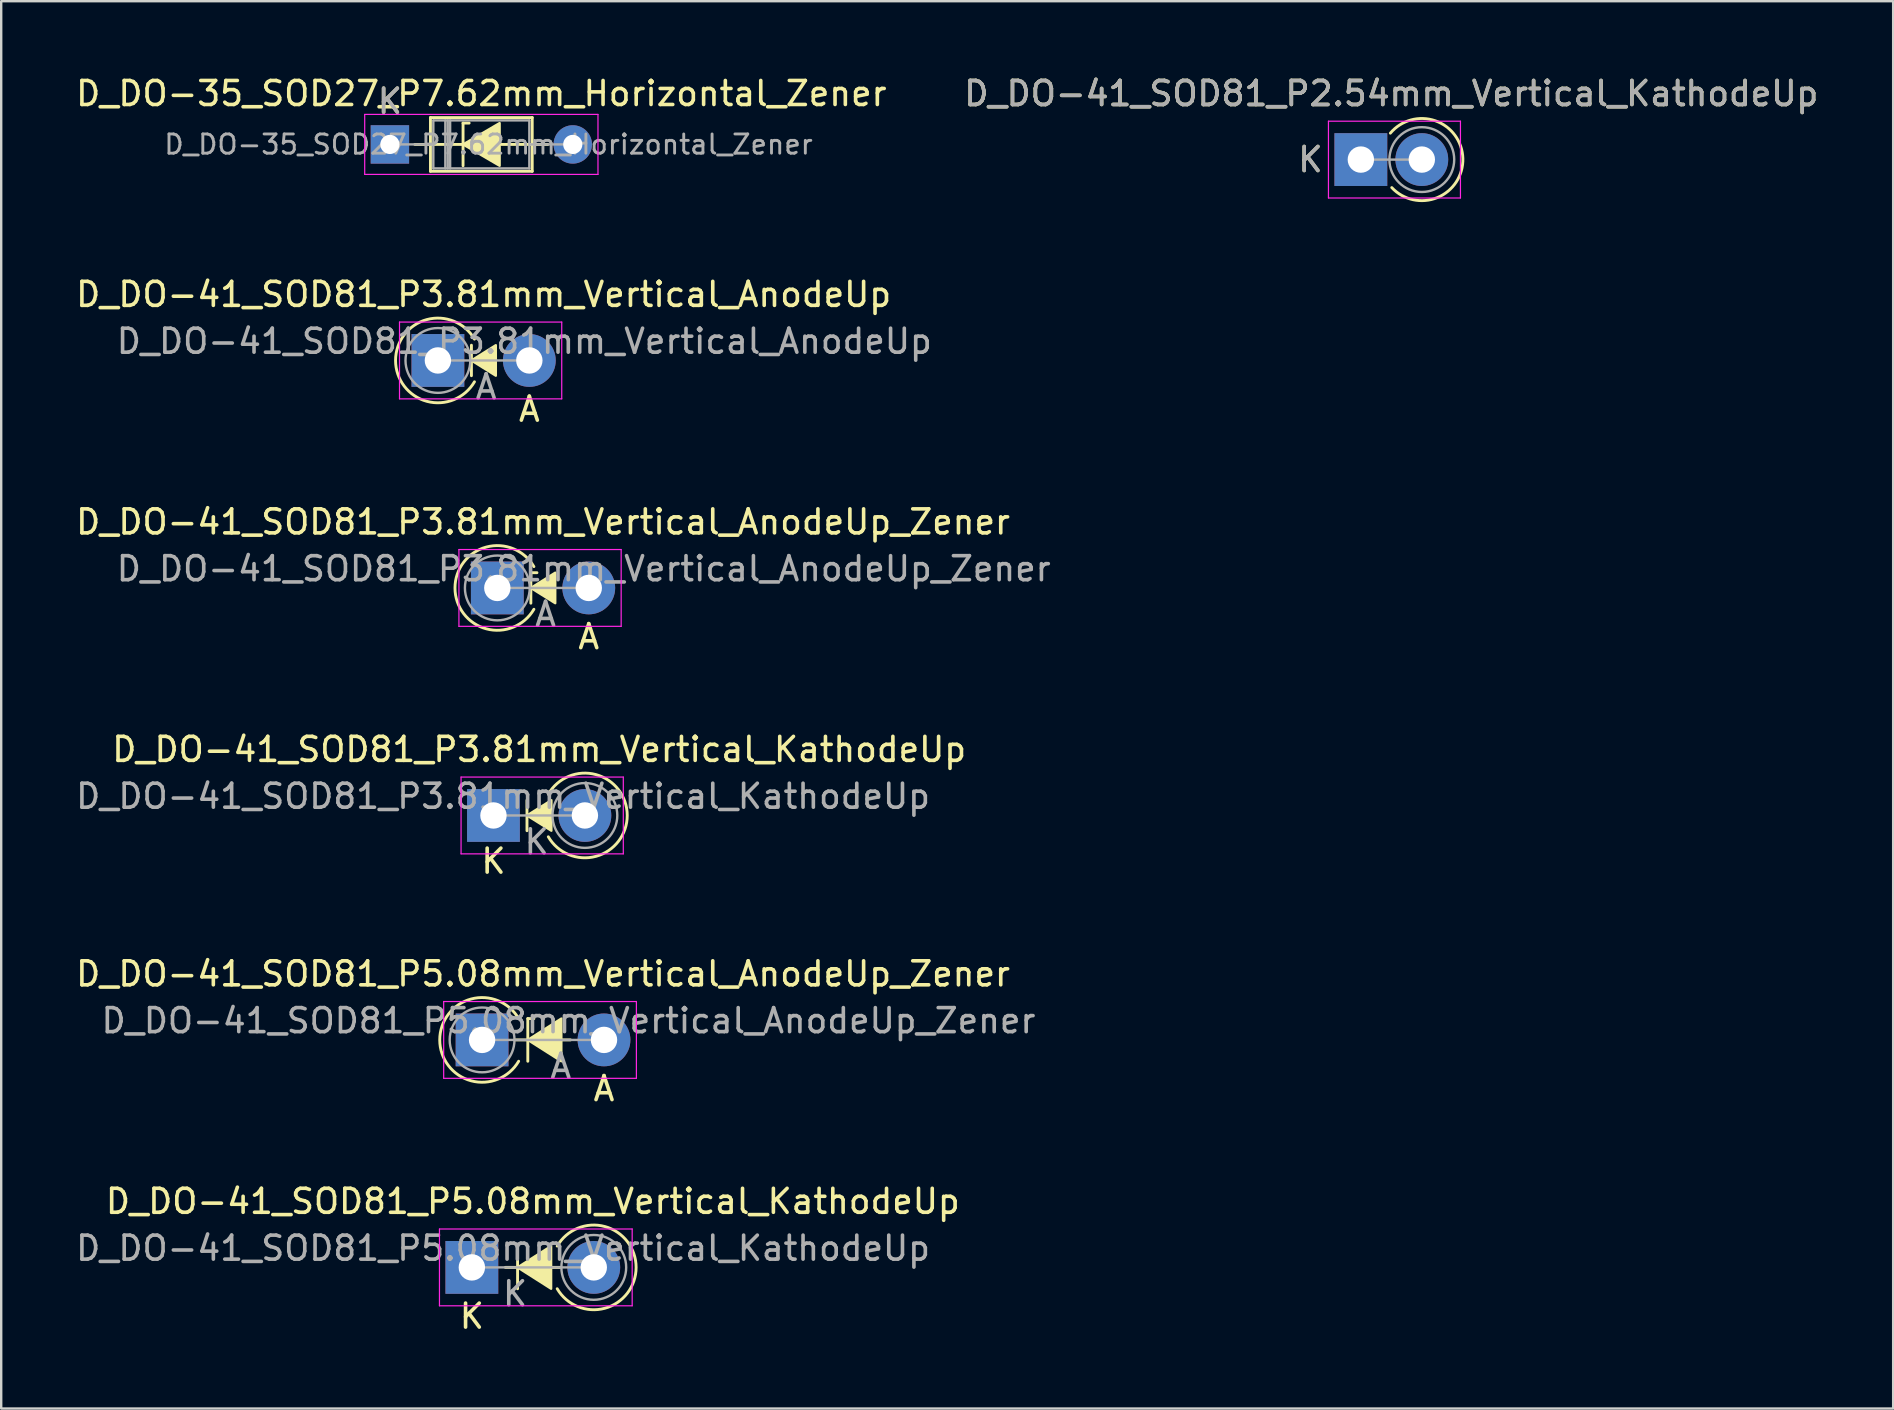
<source format=kicad_pcb>
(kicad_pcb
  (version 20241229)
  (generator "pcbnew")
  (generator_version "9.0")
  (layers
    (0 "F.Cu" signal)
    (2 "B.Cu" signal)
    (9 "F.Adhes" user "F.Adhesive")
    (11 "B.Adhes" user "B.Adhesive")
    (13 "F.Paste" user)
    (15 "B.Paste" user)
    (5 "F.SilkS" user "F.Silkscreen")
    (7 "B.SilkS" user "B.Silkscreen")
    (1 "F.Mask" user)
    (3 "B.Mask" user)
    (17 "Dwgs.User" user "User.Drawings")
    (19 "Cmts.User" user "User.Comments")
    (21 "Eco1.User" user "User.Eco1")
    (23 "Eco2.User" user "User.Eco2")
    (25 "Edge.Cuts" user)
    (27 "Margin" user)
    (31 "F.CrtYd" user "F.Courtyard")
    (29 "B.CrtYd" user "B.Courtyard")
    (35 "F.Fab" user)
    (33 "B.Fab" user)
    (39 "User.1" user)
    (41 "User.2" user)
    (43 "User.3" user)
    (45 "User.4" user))
  (footprint "D_DO-41_SOD81_P3.81mm_Vertical_AnodeUp"
    (layer "F.Cu")
    (at 15.196 11.969)
    (property "Reference" "D_DO-41_SOD81_P3.81mm_Vertical_AnodeUp" (at 1.905 -2.751 0) (layer "F.SilkS") (effects (font (size 1 1) (thickness 0.15))))
    (attr through_hole)
    (fp_line (start 1.397 -0.635) (end 1.397 0.635) (stroke (width 0.12) (type solid)) (layer "F.SilkS"))
    (fp_arc (start 1.523999 0.889) (mid -1.764339 0.000001) (end 1.523999 -0.888999) (stroke (width 0.12) (type solid)) (layer "F.SilkS"))
    (fp_poly (pts (xy 2.413 0.635) (xy 1.397 0) (xy 2.413 -0.635)) (stroke (width 0.1) (type solid)) (fill yes) (layer "F.SilkS"))
    (fp_line (start -1.6 -1.6) (end -1.6 1.6) (stroke (width 0.05) (type solid)) (layer "F.CrtYd"))
    (fp_line (start -1.6 1.6) (end 5.16 1.6) (stroke (width 0.05) (type solid)) (layer "F.CrtYd"))
    (fp_line (start 5.16 -1.6) (end -1.6 -1.6) (stroke (width 0.05) (type solid)) (layer "F.CrtYd"))
    (fp_line (start 5.16 1.6) (end 5.16 -1.6) (stroke (width 0.05) (type solid)) (layer "F.CrtYd"))
    (fp_line (start 0 0) (end 3.81 0) (stroke (width 0.1) (type solid)) (layer "F.Fab"))
    (fp_circle (center 0 0) (end 1.35 0) (stroke (width 0.1) (type solid)) (fill no) (layer "F.Fab"))
    (fp_text user "A" (at 3.81 2.032 0) (layer "F.SilkS") (effects (font (size 1 1) (thickness 0.15))))
    (fp_text user "${REFERENCE}" (at 3.6 -0.8 0) (layer "F.Fab") (effects (font (size 1 1) (thickness 0.15))))
    (fp_text user "A" (at 2.01 1.1 0) (layer "F.Fab") (effects (font (size 1 1) (thickness 0.15))))
    (pad "1" thru_hole rect (at 0 0) (size 2.2 2.2) (drill 1.1) (layers "*.Cu" "*.Mask"))
    (pad "2" thru_hole oval (at 3.81 0) (size 2.2 2.2) (drill 1.1) (layers "*.Cu" "*.Mask")))
  (footprint "D_DO-41_SOD81_P3.81mm_Vertical_AnodeUp_Zener"
    (layer "F.Cu")
    (at 17.672 21.448)
    (property "Reference" "D_DO-41_SOD81_P3.81mm_Vertical_AnodeUp_Zener" (at 1.905 -2.751 0) (layer "F.SilkS") (effects (font (size 1 1) (thickness 0.15))))
    (attr through_hole)
    (fp_line (start 1.397 -0.635) (end 1.397 0.635) (stroke (width 0.12) (type solid)) (layer "F.SilkS"))
    (fp_line (start 1.397 -0.635) (end 1.651 -0.635) (stroke (width 0.12) (type solid)) (layer "F.SilkS"))
    (fp_arc (start 1.523999 0.889) (mid -1.764339 0.000001) (end 1.523999 -0.888999) (stroke (width 0.12) (type solid)) (layer "F.SilkS"))
    (fp_poly (pts (xy 2.413 0.635) (xy 1.397 0) (xy 2.413 -0.635)) (stroke (width 0.1) (type solid)) (fill yes) (layer "F.SilkS"))
    (fp_line (start -1.6 -1.6) (end -1.6 1.6) (stroke (width 0.05) (type solid)) (layer "F.CrtYd"))
    (fp_line (start -1.6 1.6) (end 5.16 1.6) (stroke (width 0.05) (type solid)) (layer "F.CrtYd"))
    (fp_line (start 5.16 -1.6) (end -1.6 -1.6) (stroke (width 0.05) (type solid)) (layer "F.CrtYd"))
    (fp_line (start 5.16 1.6) (end 5.16 -1.6) (stroke (width 0.05) (type solid)) (layer "F.CrtYd"))
    (fp_line (start 0 0) (end 3.81 0) (stroke (width 0.1) (type solid)) (layer "F.Fab"))
    (fp_circle (center 0 0) (end 1.35 0) (stroke (width 0.1) (type solid)) (fill no) (layer "F.Fab"))
    (fp_text user "A" (at 3.81 2.032 0) (layer "F.SilkS") (effects (font (size 1 1) (thickness 0.15))))
    (fp_text user "${REFERENCE}" (at 3.6 -0.8 0) (layer "F.Fab") (effects (font (size 1 1) (thickness 0.15))))
    (fp_text user "A" (at 2.01 1.1 0) (layer "F.Fab") (effects (font (size 1 1) (thickness 0.15))))
    (pad "1" thru_hole rect (at 0 0) (size 2.2 2.2) (drill 1.1) (layers "*.Cu" "*.Mask"))
    (pad "2" thru_hole oval (at 3.81 0) (size 2.2 2.2) (drill 1.1) (layers "*.Cu" "*.Mask")))
  (footprint "D_DO-35_SOD27_P7.62mm_Horizontal_Zener"
    (layer "F.Cu")
    (at 13.196 2.968)
    (property "Reference" "D_DO-35_SOD27_P7.62mm_Horizontal_Zener" (at 3.81 -2.12 0) (layer "F.SilkS") (effects (font (size 1 1) (thickness 0.15))))
    (attr through_hole)
    (fp_line (start 1.04 0) (end 1.69 0) (stroke (width 0.12) (type solid)) (layer "F.SilkS"))
    (fp_line (start 1.651 0) (end 3.048 0) (stroke (width 0.12) (type solid)) (layer "F.SilkS"))
    (fp_line (start 1.69 -1.12) (end 1.69 1.12) (stroke (width 0.12) (type solid)) (layer "F.SilkS"))
    (fp_line (start 1.69 1.12) (end 5.93 1.12) (stroke (width 0.12) (type solid)) (layer "F.SilkS"))
    (fp_line (start 3.048 -0.889) (end 3.048 0.889) (stroke (width 0.12) (type solid)) (layer "F.SilkS"))
    (fp_line (start 3.048 -0.889) (end 3.302 -0.889) (stroke (width 0.12) (type solid)) (layer "F.SilkS"))
    (fp_line (start 5.93 -1.12) (end 1.69 -1.12) (stroke (width 0.12) (type solid)) (layer "F.SilkS"))
    (fp_line (start 5.93 0) (end 4.636 0) (stroke (width 0.12) (type solid)) (layer "F.SilkS"))
    (fp_line (start 5.93 1.12) (end 5.93 -1.12) (stroke (width 0.12) (type solid)) (layer "F.SilkS"))
    (fp_line (start 6.58 0) (end 5.93 0) (stroke (width 0.12) (type solid)) (layer "F.SilkS"))
    (fp_poly (pts (xy 4.572 0.889) (xy 3.048 0) (xy 4.572 -0.889)) (stroke (width 0.1) (type solid)) (fill yes) (layer "F.SilkS"))
    (fp_line (start -1.05 -1.25) (end -1.05 1.25) (stroke (width 0.05) (type solid)) (layer "F.CrtYd"))
    (fp_line (start -1.05 1.25) (end 8.67 1.25) (stroke (width 0.05) (type solid)) (layer "F.CrtYd"))
    (fp_line (start 8.67 -1.25) (end -1.05 -1.25) (stroke (width 0.05) (type solid)) (layer "F.CrtYd"))
    (fp_line (start 8.67 1.25) (end 8.67 -1.25) (stroke (width 0.05) (type solid)) (layer "F.CrtYd"))
    (fp_line (start 0 0) (end 1.81 0) (stroke (width 0.1) (type solid)) (layer "F.Fab"))
    (fp_line (start 1.81 -1) (end 1.81 1) (stroke (width 0.1) (type solid)) (layer "F.Fab"))
    (fp_line (start 1.81 1) (end 5.81 1) (stroke (width 0.1) (type solid)) (layer "F.Fab"))
    (fp_line (start 2.31 -1) (end 2.31 1) (stroke (width 0.1) (type solid)) (layer "F.Fab"))
    (fp_line (start 2.41 -1) (end 2.41 1) (stroke (width 0.1) (type solid)) (layer "F.Fab"))
    (fp_line (start 2.51 -1) (end 2.51 1) (stroke (width 0.1) (type solid)) (layer "F.Fab"))
    (fp_line (start 5.81 -1) (end 1.81 -1) (stroke (width 0.1) (type solid)) (layer "F.Fab"))
    (fp_line (start 5.81 1) (end 5.81 -1) (stroke (width 0.1) (type solid)) (layer "F.Fab"))
    (fp_line (start 7.62 0) (end 5.81 0) (stroke (width 0.1) (type solid)) (layer "F.Fab"))
    (fp_text user "K" (at 0 -1.8 0) (layer "F.SilkS") (effects (font (size 1 1) (thickness 0.15))))
    (fp_text user "K" (at 0 -1.8 0) (layer "F.Fab") (effects (font (size 1 1) (thickness 0.15))))
    (fp_text user "${REFERENCE}" (at 4.11 0 0) (layer "F.Fab") (effects (font (size 0.8 0.8) (thickness 0.12))))
    (pad "1" thru_hole rect (at 0 0) (size 1.6 1.6) (drill 0.8) (layers "*.Cu" "*.Mask"))
    (pad "2" thru_hole oval (at 7.62 0) (size 1.6 1.6) (drill 0.8) (layers "*.Cu" "*.Mask")))
  (footprint "D_DO-41_SOD81_P5.08mm_Vertical_KathodeUp"
    (layer "F.Cu")
    (at 16.611 49.759)
    (property "Reference" "D_DO-41_SOD81_P5.08mm_Vertical_KathodeUp" (at 2.54 -2.751 0) (layer "F.SilkS") (effects (font (size 1 1) (thickness 0.15))))
    (attr through_hole)
    (fp_line (start 1.905 -0.889) (end 1.905 0.889) (stroke (width 0.12) (type solid)) (layer "F.SilkS"))
    (fp_line (start 3.683 0) (end 1.397 0) (stroke (width 0.12) (type solid)) (layer "F.SilkS"))
    (fp_arc (start 3.556 -0.888999) (mid 6.844338 0) (end 3.556 0.889) (stroke (width 0.12) (type solid)) (layer "F.SilkS"))
    (fp_poly (pts (xy 3.302 0.889) (xy 1.905 0) (xy 3.302 -0.889)) (stroke (width 0.1) (type solid)) (fill yes) (layer "F.SilkS"))
    (fp_line (start -1.35 -1.6) (end -1.35 1.6) (stroke (width 0.05) (type solid)) (layer "F.CrtYd"))
    (fp_line (start -1.35 1.6) (end 6.68 1.6) (stroke (width 0.05) (type solid)) (layer "F.CrtYd"))
    (fp_line (start 6.68 -1.6) (end -1.35 -1.6) (stroke (width 0.05) (type solid)) (layer "F.CrtYd"))
    (fp_line (start 6.68 1.6) (end 6.68 -1.6) (stroke (width 0.05) (type solid)) (layer "F.CrtYd"))
    (fp_line (start 0 0) (end 5.08 0) (stroke (width 0.1) (type solid)) (layer "F.Fab"))
    (fp_circle (center 5.08 0) (end 6.43 0) (stroke (width 0.1) (type solid)) (fill no) (layer "F.Fab"))
    (fp_text user "K" (at 0 2.032 0) (layer "F.SilkS") (effects (font (size 1 1) (thickness 0.15))))
    (fp_text user "${REFERENCE}" (at 1.3 -0.8 0) (layer "F.Fab") (effects (font (size 1 1) (thickness 0.15))))
    (fp_text user "K" (at 1.8 1.1 0) (layer "F.Fab") (effects (font (size 1 1) (thickness 0.15))))
    (pad "1" thru_hole rect (at 0 0) (size 2.2 2.2) (drill 1.1) (layers "*.Cu" "*.Mask"))
    (pad "2" thru_hole oval (at 5.08 0) (size 2.2 2.2) (drill 1.1) (layers "*.Cu" "*.Mask")))
  (footprint "D_DO-41_SOD81_P5.08mm_Vertical_AnodeUp_Zener"
    (layer "F.Cu")
    (at 17.037 40.28)
    (property "Reference" "D_DO-41_SOD81_P5.08mm_Vertical_AnodeUp_Zener" (at 2.54 -2.751 0) (layer "F.SilkS") (effects (font (size 1 1) (thickness 0.15))))
    (attr through_hole)
    (fp_line (start 1.905 -0.889) (end 1.905 0.889) (stroke (width 0.12) (type solid)) (layer "F.SilkS"))
    (fp_line (start 1.905 -0.889) (end 2.159 -0.889) (stroke (width 0.12) (type solid)) (layer "F.SilkS"))
    (fp_line (start 3.683 0) (end 1.397 0) (stroke (width 0.12) (type solid)) (layer "F.SilkS"))
    (fp_arc (start 1.523999 0.889) (mid -1.764339 0.000001) (end 1.523999 -0.888999) (stroke (width 0.12) (type solid)) (layer "F.SilkS"))
    (fp_poly (pts (xy 3.302 0.889) (xy 1.905 0) (xy 3.302 -0.889)) (stroke (width 0.1) (type solid)) (fill yes) (layer "F.SilkS"))
    (fp_line (start -1.6 -1.6) (end -1.6 1.6) (stroke (width 0.05) (type solid)) (layer "F.CrtYd"))
    (fp_line (start -1.6 1.6) (end 6.43 1.6) (stroke (width 0.05) (type solid)) (layer "F.CrtYd"))
    (fp_line (start 6.43 -1.6) (end -1.6 -1.6) (stroke (width 0.05) (type solid)) (layer "F.CrtYd"))
    (fp_line (start 6.43 1.6) (end 6.43 -1.6) (stroke (width 0.05) (type solid)) (layer "F.CrtYd"))
    (fp_line (start 0 0) (end 5.08 0) (stroke (width 0.1) (type solid)) (layer "F.Fab"))
    (fp_circle (center 0 0) (end 1.35 0) (stroke (width 0.1) (type solid)) (fill no) (layer "F.Fab"))
    (fp_text user "A" (at 5.08 2.032 0) (layer "F.SilkS") (effects (font (size 1 1) (thickness 0.15))))
    (fp_text user "${REFERENCE}" (at 3.6 -0.8 0) (layer "F.Fab") (effects (font (size 1 1) (thickness 0.15))))
    (fp_text user "A" (at 3.28 1.1 0) (layer "F.Fab") (effects (font (size 1 1) (thickness 0.15))))
    (pad "1" thru_hole rect (at 0 0) (size 2.2 2.2) (drill 1.1) (layers "*.Cu" "*.Mask"))
    (pad "2" thru_hole oval (at 5.08 0) (size 2.2 2.2) (drill 1.1) (layers "*.Cu" "*.Mask")))
  (footprint "D_DO-41_SOD81_P2.54mm_Vertical_KathodeUp"
    (layer "F.Cu")
    (at 53.653 3.599)
    (property "Reference" "D_DO-41_SOD81_P2.54mm_Vertical_KathodeUp" (at 1.27 -2.751 0) (layer "F.SilkS") (effects (font (size 1 1) (thickness 0.15))))
    (attr through_hole)
    (fp_arc (start 1.228847 -1.1) (mid 4.250877 -0.044974) (end 1.288449 1.167366) (stroke (width 0.12) (type solid)) (layer "F.SilkS"))
    (fp_line (start -1.35 -1.6) (end -1.35 1.6) (stroke (width 0.05) (type solid)) (layer "F.CrtYd"))
    (fp_line (start -1.35 1.6) (end 4.15 1.6) (stroke (width 0.05) (type solid)) (layer "F.CrtYd"))
    (fp_line (start 4.15 -1.6) (end -1.35 -1.6) (stroke (width 0.05) (type solid)) (layer "F.CrtYd"))
    (fp_line (start 4.15 1.6) (end 4.15 -1.6) (stroke (width 0.05) (type solid)) (layer "F.CrtYd"))
    (fp_line (start 0 0) (end 2.54 0) (stroke (width 0.1) (type solid)) (layer "F.Fab"))
    (fp_circle (center 2.54 0) (end 3.89 0) (stroke (width 0.1) (type solid)) (fill no) (layer "F.Fab"))
    (fp_text user "K" (at -2.1 0 0) (layer "F.SilkS") (effects (font (size 1 1) (thickness 0.15))))
    (fp_text user "${REFERENCE}" (at 1.27 -2.751 0) (layer "F.Fab") (effects (font (size 1 1) (thickness 0.15))))
    (fp_text user "K" (at -2.1 0 0) (layer "F.Fab") (effects (font (size 1 1) (thickness 0.15))))
    (pad "1" thru_hole rect (at 0 0) (size 2.2 2.2) (drill 1.1) (layers "*.Cu" "*.Mask"))
    (pad "2" thru_hole oval (at 2.54 0) (size 2.2 2.2) (drill 1.1) (layers "*.Cu" "*.Mask")))
  (footprint "D_DO-41_SOD81_P3.81mm_Vertical_KathodeUp"
    (layer "F.Cu")
    (at 17.511 30.928)
    (property "Reference" "D_DO-41_SOD81_P3.81mm_Vertical_KathodeUp" (at 1.905 -2.751 0) (layer "F.SilkS") (effects (font (size 1 1) (thickness 0.15))))
    (attr through_hole)
    (fp_line (start 1.397 -0.635) (end 1.397 0.635) (stroke (width 0.12) (type solid)) (layer "F.SilkS"))
    (fp_arc (start 2.286 -0.888999) (mid 5.574339 0.000001) (end 2.286 0.889) (stroke (width 0.12) (type solid)) (layer "F.SilkS"))
    (fp_poly (pts (xy 2.413 0.635) (xy 1.397 0) (xy 2.413 -0.635)) (stroke (width 0.1) (type solid)) (fill yes) (layer "F.SilkS"))
    (fp_line (start -1.35 -1.6) (end -1.35 1.6) (stroke (width 0.05) (type solid)) (layer "F.CrtYd"))
    (fp_line (start -1.35 1.6) (end 5.41 1.6) (stroke (width 0.05) (type solid)) (layer "F.CrtYd"))
    (fp_line (start 5.41 -1.6) (end -1.35 -1.6) (stroke (width 0.05) (type solid)) (layer "F.CrtYd"))
    (fp_line (start 5.41 1.6) (end 5.41 -1.6) (stroke (width 0.05) (type solid)) (layer "F.CrtYd"))
    (fp_line (start 0 0) (end 3.81 0) (stroke (width 0.1) (type solid)) (layer "F.Fab"))
    (fp_circle (center 3.81 0) (end 5.16 0) (stroke (width 0.1) (type solid)) (fill no) (layer "F.Fab"))
    (fp_text user "K" (at 0 1.905 0) (layer "F.SilkS") (effects (font (size 1 1) (thickness 0.15))))
    (fp_text user "K" (at 1.8 1.1 0) (layer "F.Fab") (effects (font (size 1 1) (thickness 0.15))))
    (fp_text user "${REFERENCE}" (at 0.4 -0.8 0) (layer "F.Fab") (effects (font (size 1 1) (thickness 0.15))))
    (pad "1" thru_hole rect (at 0 0) (size 2.2 2.2) (drill 1.1) (layers "*.Cu" "*.Mask"))
    (pad "2" thru_hole oval (at 3.81 0) (size 2.2 2.2) (drill 1.1) (layers "*.Cu" "*.Mask")))
  (gr_rect
    (start -3 -3)
    (end 75.833 55.639)
    (stroke (width 0.1) (type default))
    (fill no)
    (layer "Edge.Cuts")))
</source>
